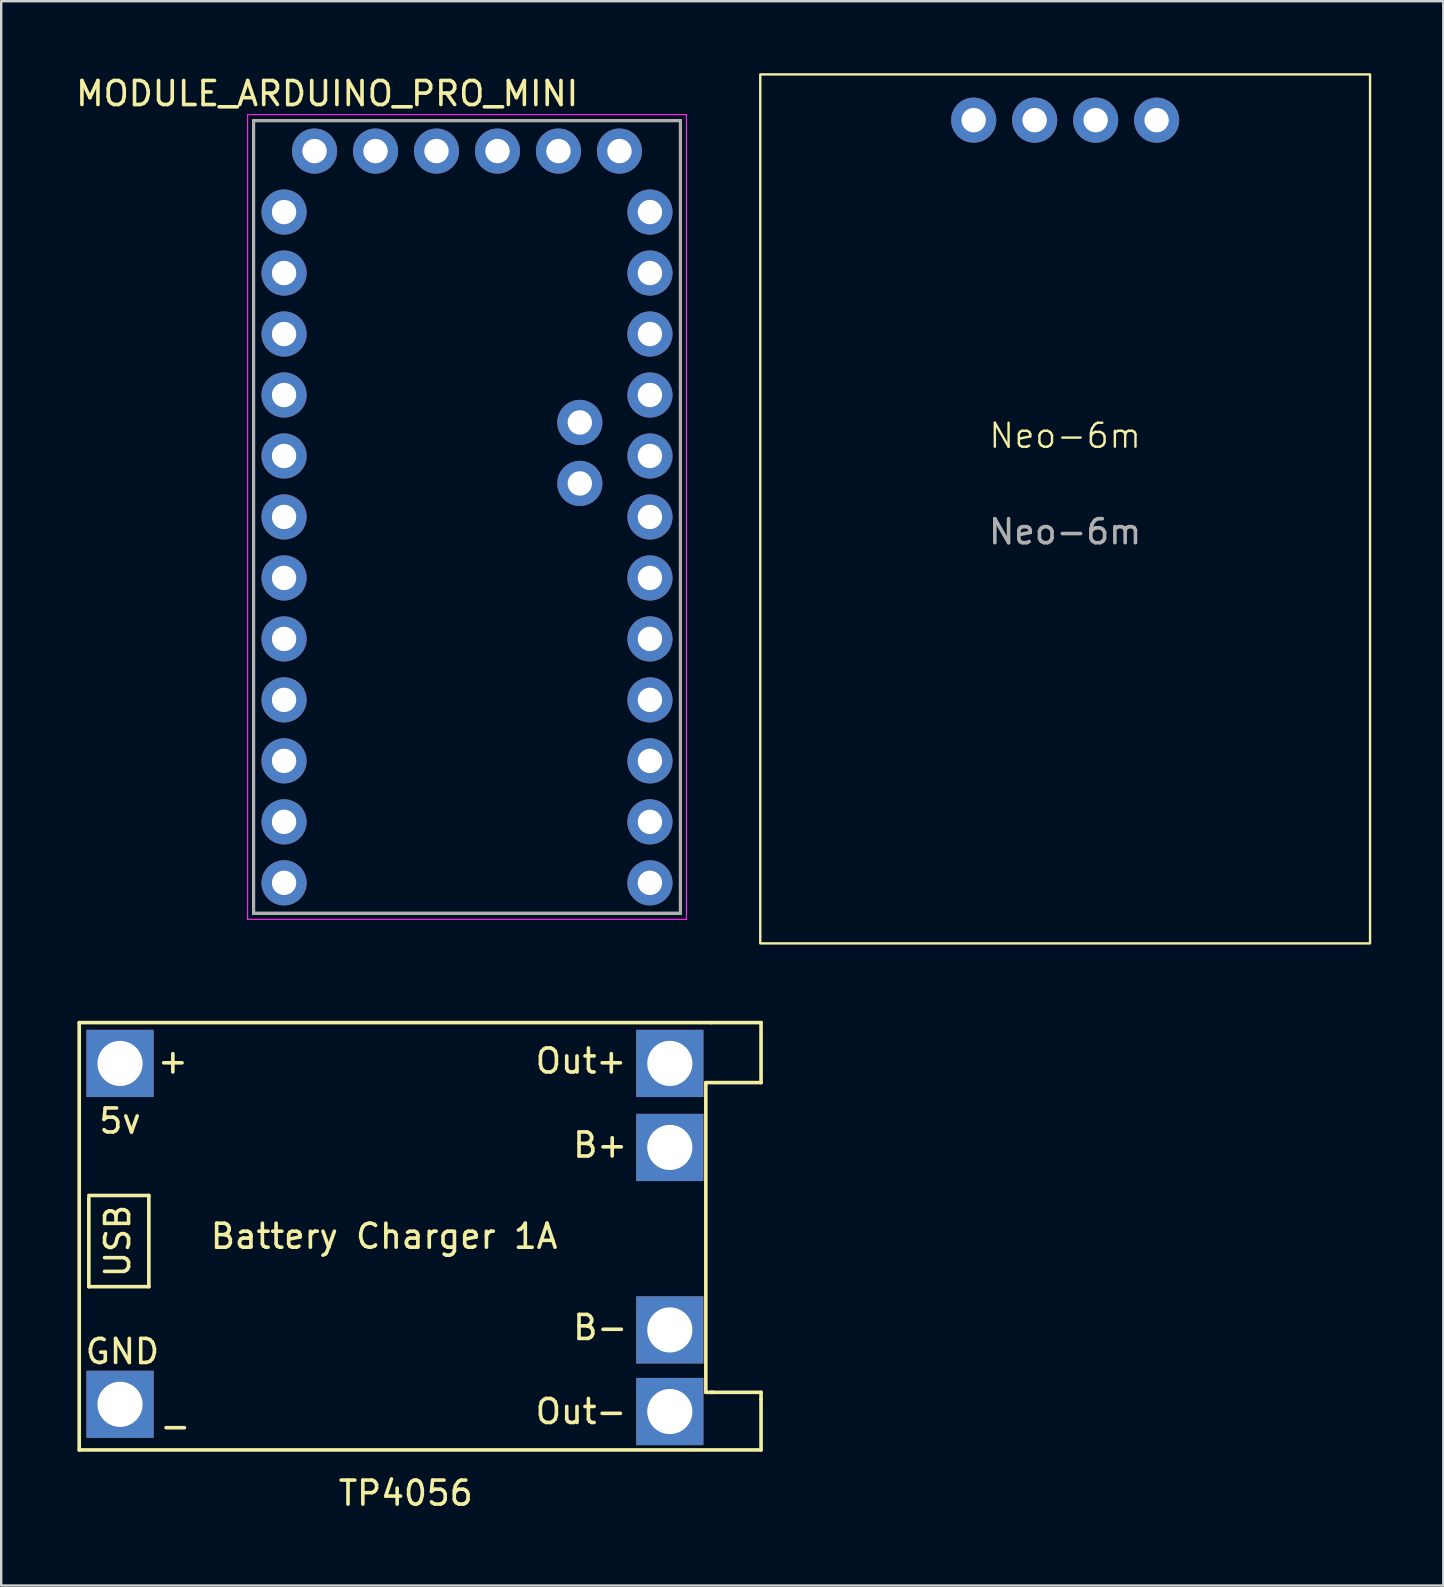
<source format=kicad_pcb>
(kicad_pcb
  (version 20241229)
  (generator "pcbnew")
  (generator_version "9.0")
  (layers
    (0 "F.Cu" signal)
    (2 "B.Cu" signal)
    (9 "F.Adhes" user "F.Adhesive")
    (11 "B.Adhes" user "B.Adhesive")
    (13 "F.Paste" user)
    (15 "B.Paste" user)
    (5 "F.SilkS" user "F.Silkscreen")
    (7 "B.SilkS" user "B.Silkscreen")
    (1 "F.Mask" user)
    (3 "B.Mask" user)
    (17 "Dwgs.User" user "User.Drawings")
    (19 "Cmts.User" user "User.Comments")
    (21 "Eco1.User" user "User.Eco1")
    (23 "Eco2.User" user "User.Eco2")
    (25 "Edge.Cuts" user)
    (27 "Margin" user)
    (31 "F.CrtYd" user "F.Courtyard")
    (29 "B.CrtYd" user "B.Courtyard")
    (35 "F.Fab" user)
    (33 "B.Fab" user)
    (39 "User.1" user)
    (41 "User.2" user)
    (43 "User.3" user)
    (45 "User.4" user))
  (footprint "Neo-6m"
    (layer "F.Cu")
    (at 41.317 18.465)
    (property "Reference" "Neo-6m" (at 0 -3.365 0) (unlocked yes) (layer "F.SilkS") (effects (font (size 1 1) (thickness 0.1))))
    (attr through_hole)
    (fp_rect (start -12.7 -18.415) (end 12.7 17.78) (stroke (width 0.1) (type default)) (fill no) (layer "F.SilkS"))
    (fp_text user "${REFERENCE}" (at 0 0.635 0) (unlocked yes) (layer "F.Fab") (effects (font (size 1 1) (thickness 0.15))))
    (pad "1" thru_hole circle (at -3.81 -16.51) (size 1.88 1.88) (drill 1.016) (layers "*.Cu" "*.Mask"))
    (pad "2" thru_hole circle (at -1.27 -16.51) (size 1.88 1.88) (drill 1.016) (layers "*.Cu" "*.Mask"))
    (pad "3" thru_hole circle (at 1.27 -16.51) (size 1.88 1.88) (drill 1.016) (layers "*.Cu" "*.Mask"))
    (pad "4" thru_hole circle (at 3.81 -16.51) (size 1.88 1.88) (drill 1.016) (layers "*.Cu" "*.Mask")))
  (footprint "MODULE_ARDUINO_PRO_MINI"
    (layer "F.Cu")
    (at 16.402 18.483)
    (property "Reference" "MODULE_ARDUINO_PRO_MINI" (at -5.825 -17.635 0) (layer "F.SilkS") (effects (font (size 1 1) (thickness 0.15))))
    (attr through_hole)
    (fp_line (start -8.89 -16.51) (end -8.89 16.51) (stroke (width 0.127) (type solid)) (layer "F.SilkS"))
    (fp_line (start -8.89 16.51) (end 8.89 16.51) (stroke (width 0.127) (type solid)) (layer "F.SilkS"))
    (fp_line (start 8.89 -16.51) (end -8.89 -16.51) (stroke (width 0.127) (type solid)) (layer "F.SilkS"))
    (fp_line (start 8.89 16.51) (end 8.89 -16.51) (stroke (width 0.127) (type solid)) (layer "F.SilkS"))
    (fp_line (start -9.14 -16.76) (end 9.14 -16.76) (stroke (width 0.05) (type solid)) (layer "F.CrtYd"))
    (fp_line (start -9.14 16.76) (end -9.14 -16.76) (stroke (width 0.05) (type solid)) (layer "F.CrtYd"))
    (fp_line (start 9.14 -16.76) (end 9.14 16.76) (stroke (width 0.05) (type solid)) (layer "F.CrtYd"))
    (fp_line (start 9.14 16.76) (end -9.14 16.76) (stroke (width 0.05) (type solid)) (layer "F.CrtYd"))
    (fp_line (start -8.89 -16.51) (end -8.89 16.51) (stroke (width 0.127) (type solid)) (layer "F.Fab"))
    (fp_line (start -8.89 16.51) (end 8.89 16.51) (stroke (width 0.127) (type solid)) (layer "F.Fab"))
    (fp_line (start 8.89 -16.51) (end -8.89 -16.51) (stroke (width 0.127) (type solid)) (layer "F.Fab"))
    (fp_line (start 8.89 16.51) (end 8.89 -16.51) (stroke (width 0.127) (type solid)) (layer "F.Fab"))
    (pad "1" thru_hole circle (at -7.62 -12.7) (size 1.88 1.88) (drill 1.016) (layers "*.Cu" "*.Mask"))
    (pad "2" thru_hole circle (at -7.62 -10.16) (size 1.88 1.88) (drill 1.016) (layers "*.Cu" "*.Mask"))
    (pad "3" thru_hole circle (at -7.62 -7.62) (size 1.88 1.88) (drill 1.016) (layers "*.Cu" "*.Mask"))
    (pad "4" thru_hole circle (at -7.62 -5.08) (size 1.88 1.88) (drill 1.016) (layers "*.Cu" "*.Mask"))
    (pad "5" thru_hole circle (at -7.62 -2.54) (size 1.88 1.88) (drill 1.016) (layers "*.Cu" "*.Mask"))
    (pad "6" thru_hole circle (at -7.62 0) (size 1.88 1.88) (drill 1.016) (layers "*.Cu" "*.Mask"))
    (pad "7" thru_hole circle (at -7.62 2.54) (size 1.88 1.88) (drill 1.016) (layers "*.Cu" "*.Mask"))
    (pad "8" thru_hole circle (at -7.62 5.08) (size 1.88 1.88) (drill 1.016) (layers "*.Cu" "*.Mask"))
    (pad "9" thru_hole circle (at -7.62 7.62) (size 1.88 1.88) (drill 1.016) (layers "*.Cu" "*.Mask"))
    (pad "10" thru_hole circle (at -7.62 10.16) (size 1.88 1.88) (drill 1.016) (layers "*.Cu" "*.Mask"))
    (pad "11" thru_hole circle (at -7.62 12.7) (size 1.88 1.88) (drill 1.016) (layers "*.Cu" "*.Mask"))
    (pad "12" thru_hole circle (at -7.62 15.24) (size 1.88 1.88) (drill 1.016) (layers "*.Cu" "*.Mask"))
    (pad "13" thru_hole circle (at -6.35 -15.24) (size 1.88 1.88) (drill 1.016) (layers "*.Cu" "*.Mask"))
    (pad "14" thru_hole circle (at -3.81 -15.24) (size 1.88 1.88) (drill 1.016) (layers "*.Cu" "*.Mask"))
    (pad "15" thru_hole circle (at -1.27 -15.24) (size 1.88 1.88) (drill 1.016) (layers "*.Cu" "*.Mask"))
    (pad "16" thru_hole circle (at 1.27 -15.24) (size 1.88 1.88) (drill 1.016) (layers "*.Cu" "*.Mask"))
    (pad "17" thru_hole circle (at 3.81 -15.24) (size 1.88 1.88) (drill 1.016) (layers "*.Cu" "*.Mask"))
    (pad "18" thru_hole circle (at 6.35 -15.24) (size 1.88 1.88) (drill 1.016) (layers "*.Cu" "*.Mask"))
    (pad "19" thru_hole circle (at 7.62 -12.7) (size 1.88 1.88) (drill 1.016) (layers "*.Cu" "*.Mask"))
    (pad "20" thru_hole circle (at 7.62 -10.16) (size 1.88 1.88) (drill 1.016) (layers "*.Cu" "*.Mask"))
    (pad "21" thru_hole circle (at 7.62 -7.62) (size 1.88 1.88) (drill 1.016) (layers "*.Cu" "*.Mask"))
    (pad "22" thru_hole circle (at 7.62 -5.08) (size 1.88 1.88) (drill 1.016) (layers "*.Cu" "*.Mask"))
    (pad "23" thru_hole circle (at 7.62 -2.54) (size 1.88 1.88) (drill 1.016) (layers "*.Cu" "*.Mask"))
    (pad "24" thru_hole circle (at 7.62 0) (size 1.88 1.88) (drill 1.016) (layers "*.Cu" "*.Mask"))
    (pad "25" thru_hole circle (at 7.62 2.54) (size 1.88 1.88) (drill 1.016) (layers "*.Cu" "*.Mask"))
    (pad "26" thru_hole circle (at 7.62 5.08) (size 1.88 1.88) (drill 1.016) (layers "*.Cu" "*.Mask"))
    (pad "27" thru_hole circle (at 7.62 7.62) (size 1.88 1.88) (drill 1.016) (layers "*.Cu" "*.Mask"))
    (pad "28" thru_hole circle (at 7.62 10.16) (size 1.88 1.88) (drill 1.016) (layers "*.Cu" "*.Mask"))
    (pad "29" thru_hole circle (at 7.62 12.7) (size 1.88 1.88) (drill 1.016) (layers "*.Cu" "*.Mask"))
    (pad "30" thru_hole circle (at 7.62 15.24) (size 1.88 1.88) (drill 1.016) (layers "*.Cu" "*.Mask"))
    (pad "31" thru_hole circle (at 4.699 -3.937) (size 1.88 1.88) (drill 1.016) (layers "*.Cu" "*.Mask"))
    (pad "32" thru_hole circle (at 4.699 -1.397) (size 1.88 1.88) (drill 1.016) (layers "*.Cu" "*.Mask")))
  (footprint "TP4056"
    (layer "F.Cu")
    (at 0.25 39.545)
    (property "Reference" "TP4056" (at 13.6 19.6 0) (layer "F.SilkS") (effects (font (size 1 1) (thickness 0.15))))
    (attr through_hole)
    (fp_line (start 0 0) (end 26.3 0) (stroke (width 0.15) (type solid)) (layer "F.SilkS"))
    (fp_line (start 0 17.8) (end 0 0) (stroke (width 0.15) (type solid)) (layer "F.SilkS"))
    (fp_line (start 0.4 7.2) (end 2.9 7.2) (stroke (width 0.15) (type solid)) (layer "F.SilkS"))
    (fp_line (start 0.4 11) (end 0.4 7.3) (stroke (width 0.15) (type solid)) (layer "F.SilkS"))
    (fp_line (start 2.9 7.2) (end 2.9 11) (stroke (width 0.15) (type solid)) (layer "F.SilkS"))
    (fp_line (start 2.9 11) (end 0.4 11) (stroke (width 0.15) (type solid)) (layer "F.SilkS"))
    (fp_line (start 26.1 2.5) (end 26.1 15.4) (stroke (width 0.15) (type solid)) (layer "F.SilkS"))
    (fp_line (start 26.1 15.4) (end 26.4 15.4) (stroke (width 0.15) (type solid)) (layer "F.SilkS"))
    (fp_line (start 26.3 0) (end 28.4 0) (stroke (width 0.15) (type solid)) (layer "F.SilkS"))
    (fp_line (start 26.3 15.4) (end 28.4 15.4) (stroke (width 0.15) (type solid)) (layer "F.SilkS"))
    (fp_line (start 28.4 0) (end 28.4 2.5) (stroke (width 0.15) (type solid)) (layer "F.SilkS"))
    (fp_line (start 28.4 2.5) (end 26.1 2.5) (stroke (width 0.15) (type solid)) (layer "F.SilkS"))
    (fp_line (start 28.4 15.4) (end 28.4 15.7) (stroke (width 0.15) (type solid)) (layer "F.SilkS"))
    (fp_line (start 28.4 15.7) (end 28.4 17.8) (stroke (width 0.15) (type solid)) (layer "F.SilkS"))
    (fp_line (start 28.4 17.8) (end 0 17.8) (stroke (width 0.15) (type solid)) (layer "F.SilkS"))
    (fp_text user "B-" (at 21.7 12.7 0) (layer "F.SilkS") (effects (font (size 1 1) (thickness 0.15))))
    (fp_text user "Battery Charger 1A" (at 12.7 8.9 0) (layer "F.SilkS") (effects (font (size 1 1) (thickness 0.15))))
    (fp_text user "Out-" (at 20.9 16.2 0) (layer "F.SilkS") (effects (font (size 1 1) (thickness 0.15))))
    (fp_text user "USB" (at 1.6 9.1 90) (layer "F.SilkS") (effects (font (size 1 1) (thickness 0.15))))
    (fp_text user "GND" (at 1.8 13.7 0) (layer "F.SilkS") (effects (font (size 1 1) (thickness 0.15))))
    (fp_text user "-" (at 4 16.8 0) (layer "F.SilkS") (effects (font (size 1 1) (thickness 0.15))))
    (fp_text user "Out+" (at 20.9 1.6 0) (layer "F.SilkS") (effects (font (size 1 1) (thickness 0.15))))
    (fp_text user "B+" (at 21.7 5.1 0) (layer "F.SilkS") (effects (font (size 1 1) (thickness 0.15))))
    (fp_text user "5v" (at 1.7 4.1 0) (layer "F.SilkS") (effects (font (size 1 1) (thickness 0.15))))
    (fp_text user "+" (at 3.9 1.6 0) (layer "F.SilkS") (effects (font (size 1 1) (thickness 0.15))))
    (pad "1" thru_hole rect (at 1.7 1.7) (size 2.8 2.8) (drill 1.88) (layers "*.Cu" "*.Mask"))
    (pad "2" thru_hole rect (at 1.7 15.9) (size 2.8 2.8) (drill 1.88) (layers "*.Cu" "*.Mask"))
    (pad "3" thru_hole rect (at 24.6 1.7) (size 2.8 2.8) (drill 1.88) (layers "*.Cu" "*.Mask"))
    (pad "4" thru_hole rect (at 24.6 5.2) (size 2.8 2.8) (drill 1.88) (layers "*.Cu" "*.Mask"))
    (pad "5" thru_hole rect (at 24.6 12.8) (size 2.8 2.8) (drill 1.88) (layers "*.Cu" "*.Mask"))
    (pad "6" thru_hole rect (at 24.6 16.2) (size 2.8 2.8) (drill 1.88) (layers "*.Cu" "*.Mask")))
  (gr_rect
    (start -3 -3)
    (end 57.067 62.993)
    (stroke (width 0.1) (type default))
    (fill no)
    (layer "Edge.Cuts")))
</source>
